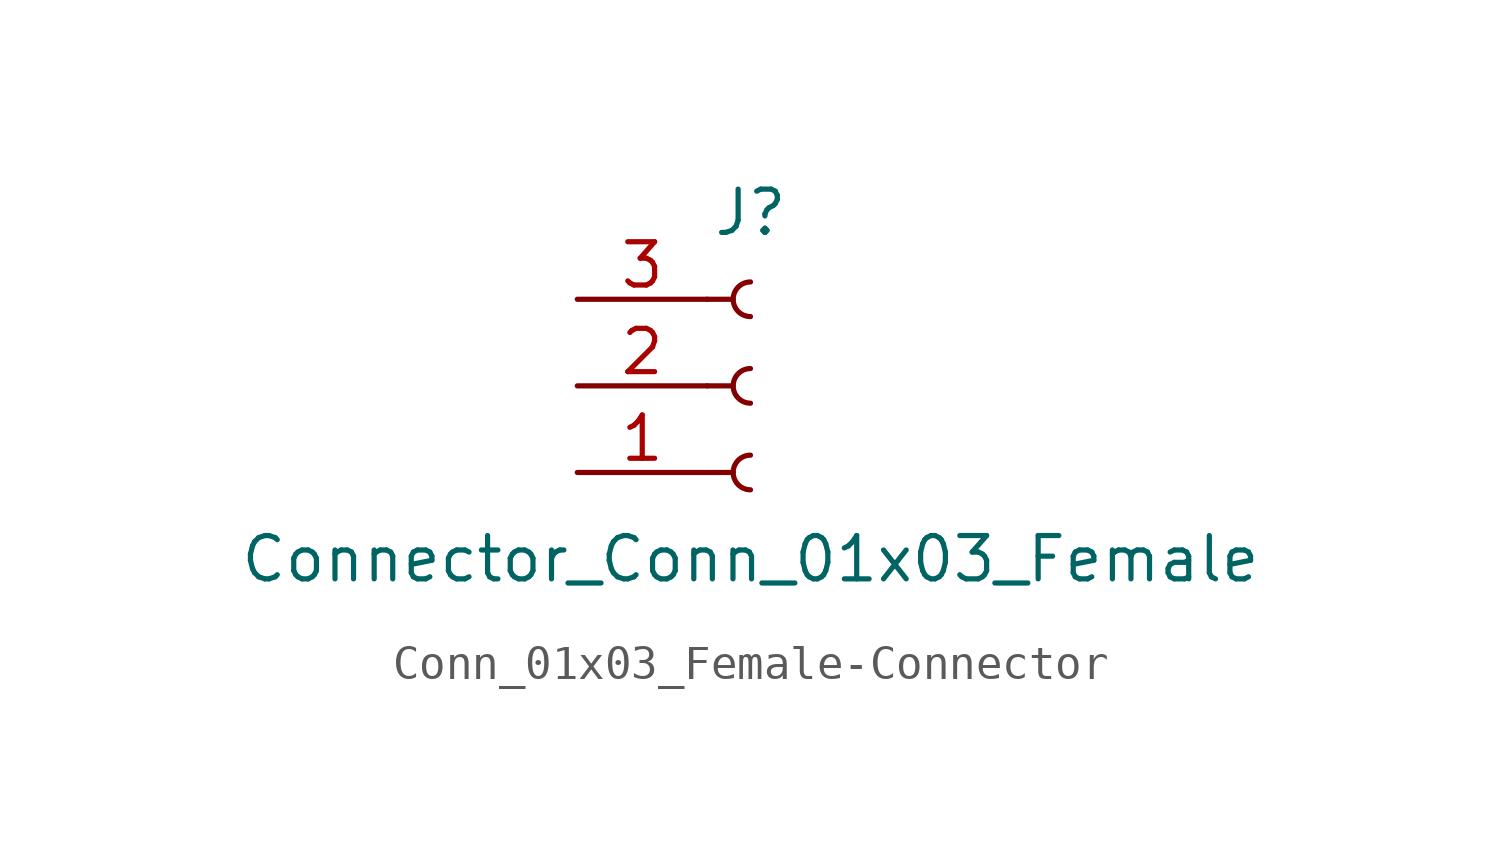
<source format=kicad_sym>
(kicad_symbol_lib
  (version 20220914)
  (generator kicad_symbol_editor)
  (symbol "Conn_01x03_Female-Connector"
    (pin_names
      (offset 1.016) hide)
    (property "Reference" "J"
      (at 0 5.08 0)
      (effects (font (size 1.27 1.27))))
    (property "Value" "Connector_Conn_01x03_Female"
      (at 0 -5.08 0)
      (effects (font (size 1.27 1.27))))
    (symbol "Conn_01x03_Female-Connector_1_1"
      (arc (start 0 -2.032) (mid -0.5058 -2.54) (end 0 -3.048) (stroke (width 0.1524) (type solid)) (fill (type none)))
      (polyline (pts (xy -1.27 -2.54) (xy -0.508 -2.54)) (stroke (width 0.152) (type solid)) (fill (type none)))
      (polyline (pts (xy -1.27 0) (xy -0.508 0)) (stroke (width 0.152) (type solid)) (fill (type none)))
      (polyline (pts (xy -1.27 2.54) (xy -0.508 2.54)) (stroke (width 0.152) (type solid)) (fill (type none)))
      (arc (start 0 0.508) (mid -0.5058 0) (end 0 -0.508) (stroke (width 0.1524) (type solid)) (fill (type none)))
      (arc (start 0 3.048) (mid -0.5058 2.54) (end 0 2.032) (stroke (width 0.1524) (type solid)) (fill (type none)))
      (pin passive line (at -5.08 -2.54 0) (length 3.81) (name "Pin_3" (effects (font (size 1.27 1.27)))) (number "1" (effects (font (size 1.27 1.27)))))
      (pin passive line (at -5.08 0 0) (length 3.81) (name "Pin_2" (effects (font (size 1.27 1.27)))) (number "2" (effects (font (size 1.27 1.27)))))
      (pin passive line (at -5.08 2.54 0) (length 3.81) (name "Pin_1" (effects (font (size 1.27 1.27)))) (number "3" (effects (font (size 1.27 1.27))))))))
</source>
